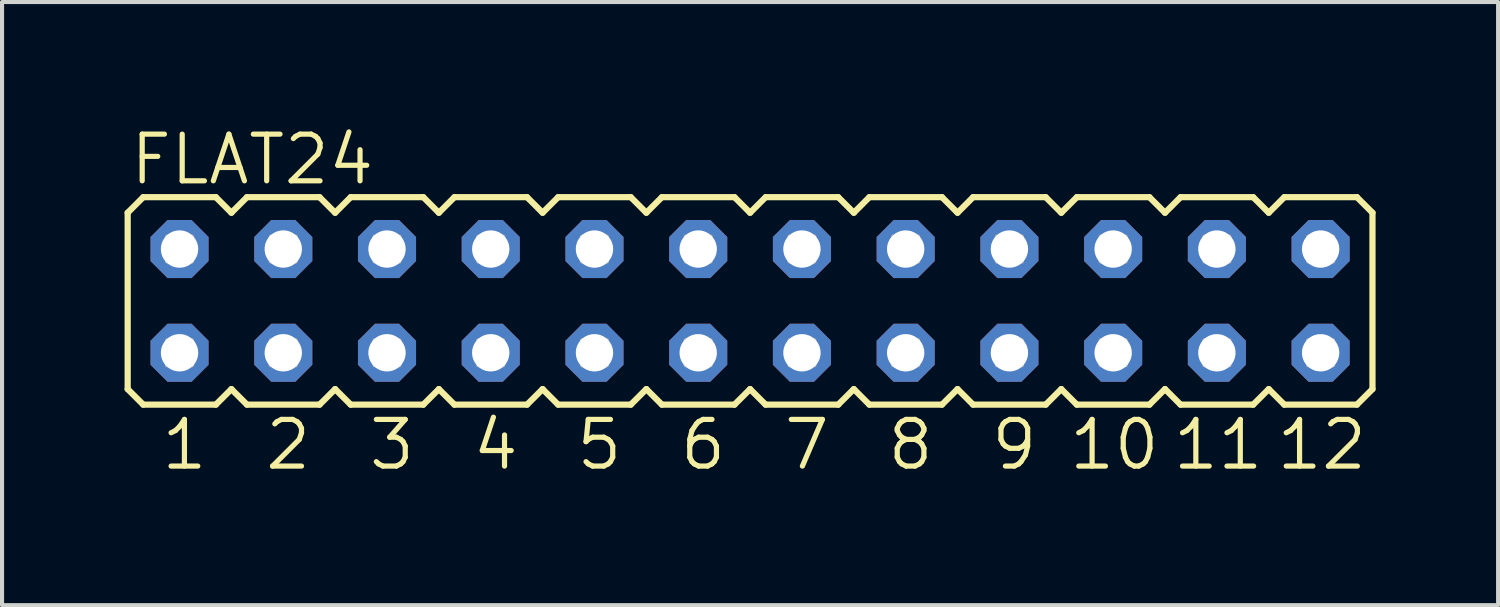
<source format=kicad_pcb>
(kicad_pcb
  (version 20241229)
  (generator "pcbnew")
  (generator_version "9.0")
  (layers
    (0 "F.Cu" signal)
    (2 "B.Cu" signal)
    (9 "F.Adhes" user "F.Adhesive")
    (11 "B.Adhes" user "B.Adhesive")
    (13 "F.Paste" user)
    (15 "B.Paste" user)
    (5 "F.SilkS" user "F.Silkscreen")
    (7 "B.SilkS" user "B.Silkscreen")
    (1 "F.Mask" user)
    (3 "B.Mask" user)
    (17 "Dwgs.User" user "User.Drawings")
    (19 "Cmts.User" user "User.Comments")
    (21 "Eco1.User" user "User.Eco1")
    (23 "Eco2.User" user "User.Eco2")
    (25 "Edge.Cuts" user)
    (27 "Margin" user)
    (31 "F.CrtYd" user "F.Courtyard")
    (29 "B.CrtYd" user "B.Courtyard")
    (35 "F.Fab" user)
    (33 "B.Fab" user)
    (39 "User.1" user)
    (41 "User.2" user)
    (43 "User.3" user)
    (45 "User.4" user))
  (footprint "FLAT24"
    (layer "F.Cu")
    (at 15.316 4.318)
    (property "Reference" "FLAT24" (at -15.24 -2.794 0) (layer "F.SilkS") (effects (font (size 1.143 1.143) (thickness 0.127)) (justify left bottom)))
    (fp_line (start -15.24 -2.159) (end -14.859 -2.54) (stroke (width 0.152) (type solid)) (layer "F.SilkS"))
    (fp_line (start -15.24 2.159) (end -15.24 -2.159) (stroke (width 0.152) (type solid)) (layer "F.SilkS"))
    (fp_line (start -15.24 2.159) (end -14.859 2.54) (stroke (width 0.152) (type solid)) (layer "F.SilkS"))
    (fp_line (start -14.859 -2.54) (end -13.081 -2.54) (stroke (width 0.152) (type solid)) (layer "F.SilkS"))
    (fp_line (start -14.859 2.54) (end -13.081 2.54) (stroke (width 0.152) (type solid)) (layer "F.SilkS"))
    (fp_line (start -13.081 -2.54) (end -12.7 -2.159) (stroke (width 0.152) (type solid)) (layer "F.SilkS"))
    (fp_line (start -12.7 -2.159) (end -12.319 -2.54) (stroke (width 0.152) (type solid)) (layer "F.SilkS"))
    (fp_line (start -12.7 2.159) (end -13.081 2.54) (stroke (width 0.152) (type solid)) (layer "F.SilkS"))
    (fp_line (start -12.7 2.159) (end -12.319 2.54) (stroke (width 0.152) (type solid)) (layer "F.SilkS"))
    (fp_line (start -12.319 -2.54) (end -10.541 -2.54) (stroke (width 0.152) (type solid)) (layer "F.SilkS"))
    (fp_line (start -10.541 2.54) (end -12.319 2.54) (stroke (width 0.152) (type solid)) (layer "F.SilkS"))
    (fp_line (start -10.16 -2.159) (end -10.541 -2.54) (stroke (width 0.152) (type solid)) (layer "F.SilkS"))
    (fp_line (start -10.16 -2.159) (end -9.779 -2.54) (stroke (width 0.152) (type solid)) (layer "F.SilkS"))
    (fp_line (start -10.16 2.159) (end -10.541 2.54) (stroke (width 0.152) (type solid)) (layer "F.SilkS"))
    (fp_line (start -10.16 2.159) (end -9.779 2.54) (stroke (width 0.152) (type solid)) (layer "F.SilkS"))
    (fp_line (start -9.779 -2.54) (end -8.001 -2.54) (stroke (width 0.152) (type solid)) (layer "F.SilkS"))
    (fp_line (start -8.001 2.54) (end -9.779 2.54) (stroke (width 0.152) (type solid)) (layer "F.SilkS"))
    (fp_line (start -8.001 2.54) (end -7.62 2.159) (stroke (width 0.152) (type solid)) (layer "F.SilkS"))
    (fp_line (start -7.62 -2.159) (end -8.001 -2.54) (stroke (width 0.152) (type solid)) (layer "F.SilkS"))
    (fp_line (start -7.62 -2.159) (end -7.239 -2.54) (stroke (width 0.152) (type solid)) (layer "F.SilkS"))
    (fp_line (start -7.62 2.159) (end -7.239 2.54) (stroke (width 0.152) (type solid)) (layer "F.SilkS"))
    (fp_line (start -7.239 -2.54) (end -5.461 -2.54) (stroke (width 0.152) (type solid)) (layer "F.SilkS"))
    (fp_line (start -5.461 2.54) (end -7.239 2.54) (stroke (width 0.152) (type solid)) (layer "F.SilkS"))
    (fp_line (start -5.461 2.54) (end -5.08 2.159) (stroke (width 0.152) (type solid)) (layer "F.SilkS"))
    (fp_line (start -5.08 -2.159) (end -5.461 -2.54) (stroke (width 0.152) (type solid)) (layer "F.SilkS"))
    (fp_line (start -5.08 -2.159) (end -4.699 -2.54) (stroke (width 0.152) (type solid)) (layer "F.SilkS"))
    (fp_line (start -5.08 2.159) (end -4.699 2.54) (stroke (width 0.152) (type solid)) (layer "F.SilkS"))
    (fp_line (start -4.699 -2.54) (end -2.921 -2.54) (stroke (width 0.152) (type solid)) (layer "F.SilkS"))
    (fp_line (start -2.921 2.54) (end -4.699 2.54) (stroke (width 0.152) (type solid)) (layer "F.SilkS"))
    (fp_line (start -2.921 2.54) (end -2.54 2.159) (stroke (width 0.152) (type solid)) (layer "F.SilkS"))
    (fp_line (start -2.54 -2.159) (end -2.921 -2.54) (stroke (width 0.152) (type solid)) (layer "F.SilkS"))
    (fp_line (start -2.54 -2.159) (end -2.159 -2.54) (stroke (width 0.152) (type solid)) (layer "F.SilkS"))
    (fp_line (start -2.54 2.159) (end -2.159 2.54) (stroke (width 0.152) (type solid)) (layer "F.SilkS"))
    (fp_line (start -2.159 -2.54) (end -0.381 -2.54) (stroke (width 0.152) (type solid)) (layer "F.SilkS"))
    (fp_line (start -0.381 2.54) (end -2.159 2.54) (stroke (width 0.152) (type solid)) (layer "F.SilkS"))
    (fp_line (start -0.381 2.54) (end 0 2.159) (stroke (width 0.152) (type solid)) (layer "F.SilkS"))
    (fp_line (start 0 -2.159) (end -0.381 -2.54) (stroke (width 0.152) (type solid)) (layer "F.SilkS"))
    (fp_line (start 0 -2.159) (end 0.381 -2.54) (stroke (width 0.152) (type solid)) (layer "F.SilkS"))
    (fp_line (start 0 2.159) (end 0.381 2.54) (stroke (width 0.152) (type solid)) (layer "F.SilkS"))
    (fp_line (start 0.381 -2.54) (end 2.159 -2.54) (stroke (width 0.152) (type solid)) (layer "F.SilkS"))
    (fp_line (start 2.159 2.54) (end 0.381 2.54) (stroke (width 0.152) (type solid)) (layer "F.SilkS"))
    (fp_line (start 2.159 2.54) (end 2.54 2.159) (stroke (width 0.152) (type solid)) (layer "F.SilkS"))
    (fp_line (start 2.54 -2.159) (end 2.159 -2.54) (stroke (width 0.152) (type solid)) (layer "F.SilkS"))
    (fp_line (start 2.54 -2.159) (end 2.921 -2.54) (stroke (width 0.152) (type solid)) (layer "F.SilkS"))
    (fp_line (start 2.54 2.159) (end 2.921 2.54) (stroke (width 0.152) (type solid)) (layer "F.SilkS"))
    (fp_line (start 2.921 -2.54) (end 4.699 -2.54) (stroke (width 0.152) (type solid)) (layer "F.SilkS"))
    (fp_line (start 4.699 2.54) (end 2.921 2.54) (stroke (width 0.152) (type solid)) (layer "F.SilkS"))
    (fp_line (start 4.699 2.54) (end 5.08 2.159) (stroke (width 0.152) (type solid)) (layer "F.SilkS"))
    (fp_line (start 5.08 -2.159) (end 4.699 -2.54) (stroke (width 0.152) (type solid)) (layer "F.SilkS"))
    (fp_line (start 5.08 -2.159) (end 5.461 -2.54) (stroke (width 0.152) (type solid)) (layer "F.SilkS"))
    (fp_line (start 5.08 2.159) (end 5.461 2.54) (stroke (width 0.152) (type solid)) (layer "F.SilkS"))
    (fp_line (start 5.461 -2.54) (end 7.239 -2.54) (stroke (width 0.152) (type solid)) (layer "F.SilkS"))
    (fp_line (start 7.239 2.54) (end 5.461 2.54) (stroke (width 0.152) (type solid)) (layer "F.SilkS"))
    (fp_line (start 7.239 2.54) (end 7.62 2.159) (stroke (width 0.152) (type solid)) (layer "F.SilkS"))
    (fp_line (start 7.62 -2.159) (end 7.239 -2.54) (stroke (width 0.152) (type solid)) (layer "F.SilkS"))
    (fp_line (start 7.62 -2.159) (end 8.001 -2.54) (stroke (width 0.152) (type solid)) (layer "F.SilkS"))
    (fp_line (start 7.62 2.159) (end 8.001 2.54) (stroke (width 0.152) (type solid)) (layer "F.SilkS"))
    (fp_line (start 8.001 -2.54) (end 9.779 -2.54) (stroke (width 0.152) (type solid)) (layer "F.SilkS"))
    (fp_line (start 9.779 2.54) (end 8.001 2.54) (stroke (width 0.152) (type solid)) (layer "F.SilkS"))
    (fp_line (start 9.779 2.54) (end 10.16 2.159) (stroke (width 0.152) (type solid)) (layer "F.SilkS"))
    (fp_line (start 10.16 -2.159) (end 9.779 -2.54) (stroke (width 0.152) (type solid)) (layer "F.SilkS"))
    (fp_line (start 10.16 -2.159) (end 10.541 -2.54) (stroke (width 0.152) (type solid)) (layer "F.SilkS"))
    (fp_line (start 10.16 2.159) (end 10.541 2.54) (stroke (width 0.152) (type solid)) (layer "F.SilkS"))
    (fp_line (start 10.541 -2.54) (end 12.319 -2.54) (stroke (width 0.152) (type solid)) (layer "F.SilkS"))
    (fp_line (start 12.319 2.54) (end 10.541 2.54) (stroke (width 0.152) (type solid)) (layer "F.SilkS"))
    (fp_line (start 12.319 2.54) (end 12.7 2.159) (stroke (width 0.152) (type solid)) (layer "F.SilkS"))
    (fp_line (start 12.7 -2.159) (end 12.319 -2.54) (stroke (width 0.152) (type solid)) (layer "F.SilkS"))
    (fp_line (start 12.7 -2.159) (end 13.081 -2.54) (stroke (width 0.152) (type solid)) (layer "F.SilkS"))
    (fp_line (start 12.7 2.159) (end 13.081 2.54) (stroke (width 0.152) (type solid)) (layer "F.SilkS"))
    (fp_line (start 13.081 -2.54) (end 14.859 -2.54) (stroke (width 0.152) (type solid)) (layer "F.SilkS"))
    (fp_line (start 14.859 2.54) (end 13.081 2.54) (stroke (width 0.152) (type solid)) (layer "F.SilkS"))
    (fp_line (start 14.859 2.54) (end 15.24 2.159) (stroke (width 0.152) (type solid)) (layer "F.SilkS"))
    (fp_line (start 15.24 -2.159) (end 14.859 -2.54) (stroke (width 0.152) (type solid)) (layer "F.SilkS"))
    (fp_line (start 15.24 2.159) (end 15.24 -2.159) (stroke (width 0.152) (type solid)) (layer "F.SilkS"))
    (fp_poly (pts (xy -14.275 -0.965) (xy -13.665 -0.965) (xy -13.665 -1.575) (xy -14.275 -1.575)) (stroke (width 0.1) (type default)) (fill no) (layer "F.Fab"))
    (fp_poly (pts (xy -14.275 1.575) (xy -13.665 1.575) (xy -13.665 0.965) (xy -14.275 0.965)) (stroke (width 0.1) (type default)) (fill no) (layer "F.Fab"))
    (fp_poly (pts (xy -11.735 -0.965) (xy -11.125 -0.965) (xy -11.125 -1.575) (xy -11.735 -1.575)) (stroke (width 0.1) (type default)) (fill no) (layer "F.Fab"))
    (fp_poly (pts (xy -11.735 1.575) (xy -11.125 1.575) (xy -11.125 0.965) (xy -11.735 0.965)) (stroke (width 0.1) (type default)) (fill no) (layer "F.Fab"))
    (fp_poly (pts (xy -9.195 -0.965) (xy -8.585 -0.965) (xy -8.585 -1.575) (xy -9.195 -1.575)) (stroke (width 0.1) (type default)) (fill no) (layer "F.Fab"))
    (fp_poly (pts (xy -9.195 1.575) (xy -8.585 1.575) (xy -8.585 0.965) (xy -9.195 0.965)) (stroke (width 0.1) (type default)) (fill no) (layer "F.Fab"))
    (fp_poly (pts (xy -6.655 -0.965) (xy -6.045 -0.965) (xy -6.045 -1.575) (xy -6.655 -1.575)) (stroke (width 0.1) (type default)) (fill no) (layer "F.Fab"))
    (fp_poly (pts (xy -6.655 1.575) (xy -6.045 1.575) (xy -6.045 0.965) (xy -6.655 0.965)) (stroke (width 0.1) (type default)) (fill no) (layer "F.Fab"))
    (fp_poly (pts (xy -4.115 -0.965) (xy -3.505 -0.965) (xy -3.505 -1.575) (xy -4.115 -1.575)) (stroke (width 0.1) (type default)) (fill no) (layer "F.Fab"))
    (fp_poly (pts (xy -4.115 1.575) (xy -3.505 1.575) (xy -3.505 0.965) (xy -4.115 0.965)) (stroke (width 0.1) (type default)) (fill no) (layer "F.Fab"))
    (fp_poly (pts (xy -1.575 -0.965) (xy -0.965 -0.965) (xy -0.965 -1.575) (xy -1.575 -1.575)) (stroke (width 0.1) (type default)) (fill no) (layer "F.Fab"))
    (fp_poly (pts (xy -1.575 1.575) (xy -0.965 1.575) (xy -0.965 0.965) (xy -1.575 0.965)) (stroke (width 0.1) (type default)) (fill no) (layer "F.Fab"))
    (fp_poly (pts (xy 0.965 -0.965) (xy 1.575 -0.965) (xy 1.575 -1.575) (xy 0.965 -1.575)) (stroke (width 0.1) (type default)) (fill no) (layer "F.Fab"))
    (fp_poly (pts (xy 0.965 1.575) (xy 1.575 1.575) (xy 1.575 0.965) (xy 0.965 0.965)) (stroke (width 0.1) (type default)) (fill no) (layer "F.Fab"))
    (fp_poly (pts (xy 3.505 -0.965) (xy 4.115 -0.965) (xy 4.115 -1.575) (xy 3.505 -1.575)) (stroke (width 0.1) (type default)) (fill no) (layer "F.Fab"))
    (fp_poly (pts (xy 3.505 1.575) (xy 4.115 1.575) (xy 4.115 0.965) (xy 3.505 0.965)) (stroke (width 0.1) (type default)) (fill no) (layer "F.Fab"))
    (fp_poly (pts (xy 6.045 -0.965) (xy 6.655 -0.965) (xy 6.655 -1.575) (xy 6.045 -1.575)) (stroke (width 0.1) (type default)) (fill no) (layer "F.Fab"))
    (fp_poly (pts (xy 6.045 1.575) (xy 6.655 1.575) (xy 6.655 0.965) (xy 6.045 0.965)) (stroke (width 0.1) (type default)) (fill no) (layer "F.Fab"))
    (fp_poly (pts (xy 8.585 -0.965) (xy 9.195 -0.965) (xy 9.195 -1.575) (xy 8.585 -1.575)) (stroke (width 0.1) (type default)) (fill no) (layer "F.Fab"))
    (fp_poly (pts (xy 8.585 1.575) (xy 9.195 1.575) (xy 9.195 0.965) (xy 8.585 0.965)) (stroke (width 0.1) (type default)) (fill no) (layer "F.Fab"))
    (fp_poly (pts (xy 11.125 -0.965) (xy 11.735 -0.965) (xy 11.735 -1.575) (xy 11.125 -1.575)) (stroke (width 0.1) (type default)) (fill no) (layer "F.Fab"))
    (fp_poly (pts (xy 11.125 1.575) (xy 11.735 1.575) (xy 11.735 0.965) (xy 11.125 0.965)) (stroke (width 0.1) (type default)) (fill no) (layer "F.Fab"))
    (fp_poly (pts (xy 13.665 -0.965) (xy 14.275 -0.965) (xy 14.275 -1.575) (xy 13.665 -1.575)) (stroke (width 0.1) (type default)) (fill no) (layer "F.Fab"))
    (fp_poly (pts (xy 13.665 1.575) (xy 14.275 1.575) (xy 14.275 0.965) (xy 13.665 0.965)) (stroke (width 0.1) (type default)) (fill no) (layer "F.Fab"))
    (fp_text user "12" (at 12.827 4.191 0) (layer "F.SilkS") (effects (font (size 1.143 1.143) (thickness 0.127)) (justify left bottom)))
    (fp_text user "10" (at 7.747 4.191 0) (layer "F.SilkS") (effects (font (size 1.143 1.143) (thickness 0.127)) (justify left bottom)))
    (fp_text user "11" (at 10.287 4.191 0) (layer "F.SilkS") (effects (font (size 1.143 1.143) (thickness 0.127)) (justify left bottom)))
    (fp_text user "4" (at -6.858 4.191 0) (layer "F.SilkS") (effects (font (size 1.143 1.143) (thickness 0.127)) (justify left bottom)))
    (fp_text user "3" (at -9.398 4.191 0) (layer "F.SilkS") (effects (font (size 1.143 1.143) (thickness 0.127)) (justify left bottom)))
    (fp_text user "5" (at -4.318 4.191 0) (layer "F.SilkS") (effects (font (size 1.143 1.143) (thickness 0.127)) (justify left bottom)))
    (fp_text user "7" (at 0.762 4.191 0) (layer "F.SilkS") (effects (font (size 1.143 1.143) (thickness 0.127)) (justify left bottom)))
    (fp_text user "6" (at -1.778 4.191 0) (layer "F.SilkS") (effects (font (size 1.143 1.143) (thickness 0.127)) (justify left bottom)))
    (fp_text user "9" (at 5.842 4.191 0) (layer "F.SilkS") (effects (font (size 1.143 1.143) (thickness 0.127)) (justify left bottom)))
    (fp_text user "2" (at -11.938 4.191 0) (layer "F.SilkS") (effects (font (size 1.143 1.143) (thickness 0.127)) (justify left bottom)))
    (fp_text user "8" (at 3.302 4.191 0) (layer "F.SilkS") (effects (font (size 1.143 1.143) (thickness 0.127)) (justify left bottom)))
    (fp_text user "1" (at -14.478 4.191 0) (layer "F.SilkS") (effects (font (size 1.143 1.143) (thickness 0.127)) (justify left bottom)))
    (pad "1" thru_hole roundrect (at -13.97 1.27) (size 1.422 1.422) (drill 0.914) (layers "*.Cu" "*.Mask") (roundrect_rratio 0.25) (chamfer_ratio 0.293) (chamfer top_left top_right bottom_left bottom_right))
    (pad "2" thru_hole roundrect (at -11.43 1.27) (size 1.422 1.422) (drill 0.914) (layers "*.Cu" "*.Mask") (roundrect_rratio 0.25) (chamfer_ratio 0.293) (chamfer top_left top_right bottom_left bottom_right))
    (pad "3" thru_hole roundrect (at -8.89 1.27) (size 1.422 1.422) (drill 0.914) (layers "*.Cu" "*.Mask") (roundrect_rratio 0.25) (chamfer_ratio 0.293) (chamfer top_left top_right bottom_left bottom_right))
    (pad "4" thru_hole roundrect (at -6.35 1.27) (size 1.422 1.422) (drill 0.914) (layers "*.Cu" "*.Mask") (roundrect_rratio 0.25) (chamfer_ratio 0.293) (chamfer top_left top_right bottom_left bottom_right))
    (pad "5" thru_hole roundrect (at -3.81 1.27) (size 1.422 1.422) (drill 0.914) (layers "*.Cu" "*.Mask") (roundrect_rratio 0.25) (chamfer_ratio 0.293) (chamfer top_left top_right bottom_left bottom_right))
    (pad "6" thru_hole roundrect (at -1.27 1.27) (size 1.422 1.422) (drill 0.914) (layers "*.Cu" "*.Mask") (roundrect_rratio 0.25) (chamfer_ratio 0.293) (chamfer top_left top_right bottom_left bottom_right))
    (pad "7" thru_hole roundrect (at 1.27 1.27) (size 1.422 1.422) (drill 0.914) (layers "*.Cu" "*.Mask") (roundrect_rratio 0.25) (chamfer_ratio 0.293) (chamfer top_left top_right bottom_left bottom_right))
    (pad "8" thru_hole roundrect (at 3.81 1.27) (size 1.422 1.422) (drill 0.914) (layers "*.Cu" "*.Mask") (roundrect_rratio 0.25) (chamfer_ratio 0.293) (chamfer top_left top_right bottom_left bottom_right))
    (pad "9" thru_hole roundrect (at 6.35 1.27) (size 1.422 1.422) (drill 0.914) (layers "*.Cu" "*.Mask") (roundrect_rratio 0.25) (chamfer_ratio 0.293) (chamfer top_left top_right bottom_left bottom_right))
    (pad "10" thru_hole roundrect (at 8.89 1.27) (size 1.422 1.422) (drill 0.914) (layers "*.Cu" "*.Mask") (roundrect_rratio 0.25) (chamfer_ratio 0.293) (chamfer top_left top_right bottom_left bottom_right))
    (pad "11" thru_hole roundrect (at 11.43 1.27) (size 1.422 1.422) (drill 0.914) (layers "*.Cu" "*.Mask") (roundrect_rratio 0.25) (chamfer_ratio 0.293) (chamfer top_left top_right bottom_left bottom_right))
    (pad "12" thru_hole roundrect (at 13.97 1.27) (size 1.422 1.422) (drill 0.914) (layers "*.Cu" "*.Mask") (roundrect_rratio 0.25) (chamfer_ratio 0.293) (chamfer top_left top_right bottom_left bottom_right))
    (pad "A" thru_hole roundrect (at -13.97 -1.27) (size 1.422 1.422) (drill 0.914) (layers "*.Cu" "*.Mask") (roundrect_rratio 0.25) (chamfer_ratio 0.293) (chamfer top_left top_right bottom_left bottom_right))
    (pad "B" thru_hole roundrect (at -11.43 -1.27) (size 1.422 1.422) (drill 0.914) (layers "*.Cu" "*.Mask") (roundrect_rratio 0.25) (chamfer_ratio 0.293) (chamfer top_left top_right bottom_left bottom_right))
    (pad "C" thru_hole roundrect (at -8.89 -1.27) (size 1.422 1.422) (drill 0.914) (layers "*.Cu" "*.Mask") (roundrect_rratio 0.25) (chamfer_ratio 0.293) (chamfer top_left top_right bottom_left bottom_right))
    (pad "D" thru_hole roundrect (at -6.35 -1.27) (size 1.422 1.422) (drill 0.914) (layers "*.Cu" "*.Mask") (roundrect_rratio 0.25) (chamfer_ratio 0.293) (chamfer top_left top_right bottom_left bottom_right))
    (pad "E" thru_hole roundrect (at -3.81 -1.27) (size 1.422 1.422) (drill 0.914) (layers "*.Cu" "*.Mask") (roundrect_rratio 0.25) (chamfer_ratio 0.293) (chamfer top_left top_right bottom_left bottom_right))
    (pad "F" thru_hole roundrect (at -1.27 -1.27) (size 1.422 1.422) (drill 0.914) (layers "*.Cu" "*.Mask") (roundrect_rratio 0.25) (chamfer_ratio 0.293) (chamfer top_left top_right bottom_left bottom_right))
    (pad "H" thru_hole roundrect (at 1.27 -1.27) (size 1.422 1.422) (drill 0.914) (layers "*.Cu" "*.Mask") (roundrect_rratio 0.25) (chamfer_ratio 0.293) (chamfer top_left top_right bottom_left bottom_right))
    (pad "J" thru_hole roundrect (at 3.81 -1.27) (size 1.422 1.422) (drill 0.914) (layers "*.Cu" "*.Mask") (roundrect_rratio 0.25) (chamfer_ratio 0.293) (chamfer top_left top_right bottom_left bottom_right))
    (pad "K" thru_hole roundrect (at 6.35 -1.27) (size 1.422 1.422) (drill 0.914) (layers "*.Cu" "*.Mask") (roundrect_rratio 0.25) (chamfer_ratio 0.293) (chamfer top_left top_right bottom_left bottom_right))
    (pad "L" thru_hole roundrect (at 8.89 -1.27) (size 1.422 1.422) (drill 0.914) (layers "*.Cu" "*.Mask") (roundrect_rratio 0.25) (chamfer_ratio 0.293) (chamfer top_left top_right bottom_left bottom_right))
    (pad "M" thru_hole roundrect (at 11.43 -1.27) (size 1.422 1.422) (drill 0.914) (layers "*.Cu" "*.Mask") (roundrect_rratio 0.25) (chamfer_ratio 0.293) (chamfer top_left top_right bottom_left bottom_right))
    (pad "N" thru_hole roundrect (at 13.97 -1.27) (size 1.422 1.422) (drill 0.914) (layers "*.Cu" "*.Mask") (roundrect_rratio 0.25) (chamfer_ratio 0.293) (chamfer top_left top_right bottom_left bottom_right)))
  (gr_rect
    (start -3 -3)
    (end 33.632 11.768)
    (stroke (width 0.1) (type default))
    (fill no)
    (layer "Edge.Cuts")))
</source>
